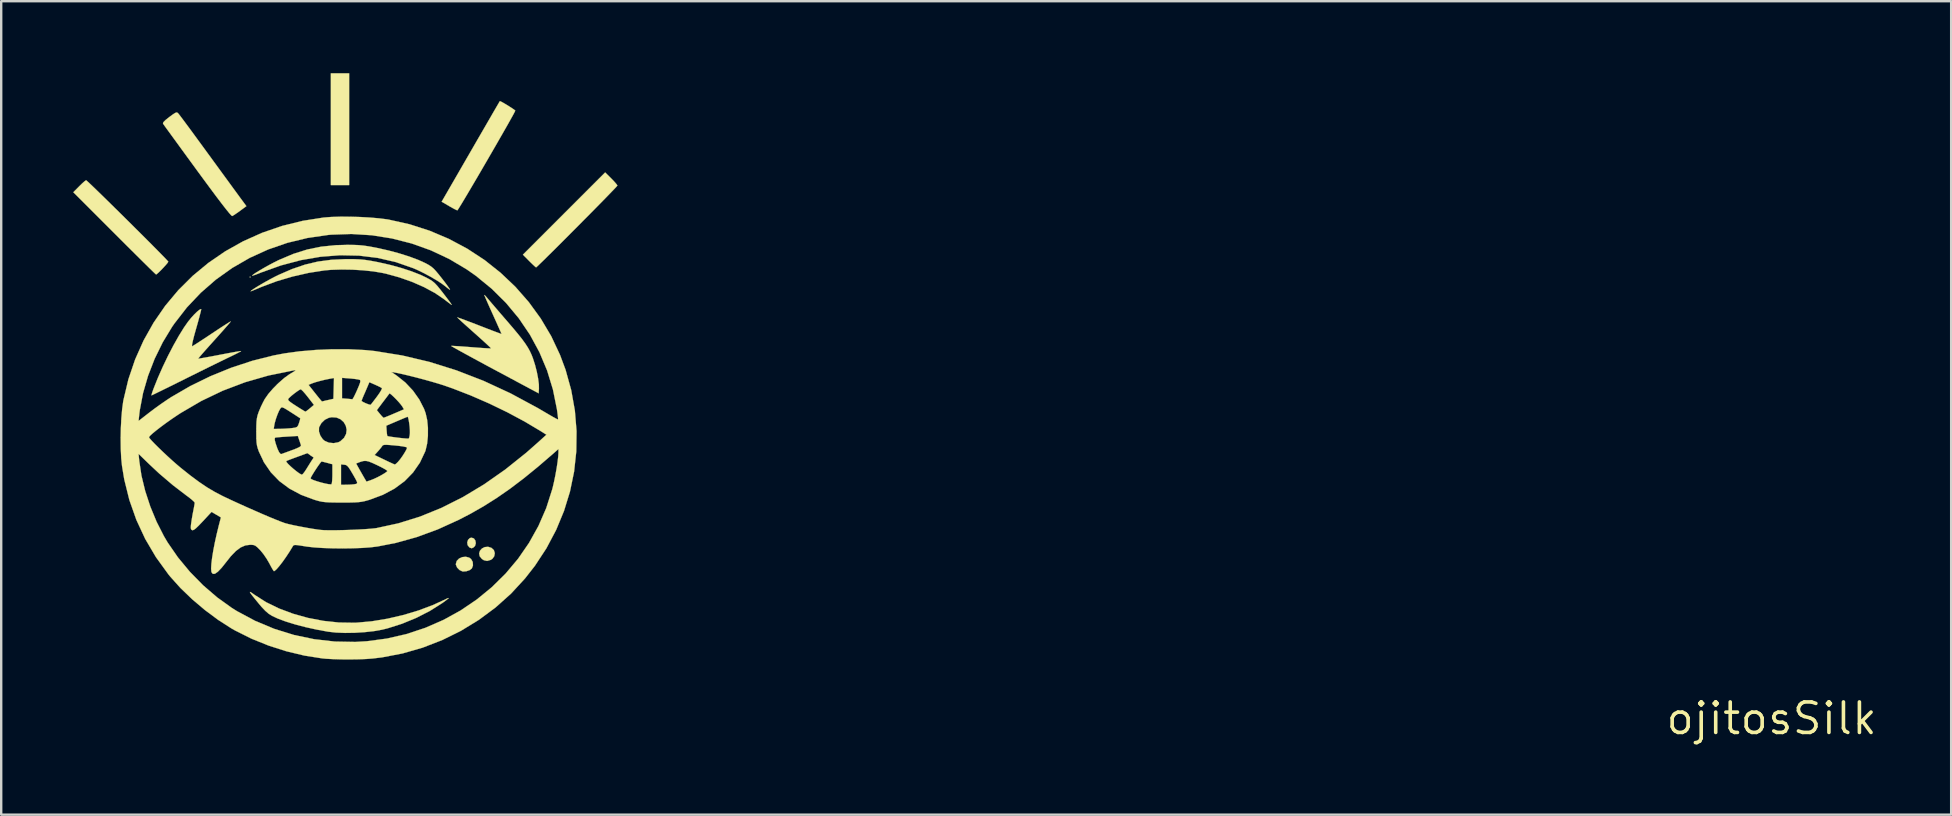
<source format=kicad_pcb>
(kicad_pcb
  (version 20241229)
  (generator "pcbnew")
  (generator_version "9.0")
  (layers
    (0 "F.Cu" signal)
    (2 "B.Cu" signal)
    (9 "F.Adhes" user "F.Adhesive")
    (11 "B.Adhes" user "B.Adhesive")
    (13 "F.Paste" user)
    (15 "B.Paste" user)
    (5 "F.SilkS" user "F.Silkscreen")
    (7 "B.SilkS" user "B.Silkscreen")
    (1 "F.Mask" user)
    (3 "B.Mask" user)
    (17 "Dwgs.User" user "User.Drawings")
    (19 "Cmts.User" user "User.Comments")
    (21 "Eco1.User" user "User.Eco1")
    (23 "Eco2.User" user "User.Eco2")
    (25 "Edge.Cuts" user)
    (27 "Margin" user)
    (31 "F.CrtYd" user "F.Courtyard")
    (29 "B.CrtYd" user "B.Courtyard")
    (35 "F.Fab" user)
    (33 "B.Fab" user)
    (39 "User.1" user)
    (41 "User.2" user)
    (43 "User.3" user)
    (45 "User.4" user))
  (footprint "ojitosSilk"
    (layer "F.Cu")
    (at 70.764 26.887)
    (property "Reference" "ojitosSilk" (at 0 0 0) (layer "F.SilkS") (effects (font (size 1.27 1.27) (thickness 0.15))))
    (attr through_hole)
    (fp_poly (pts (xy -63.373 -18.394) (xy -63.394 -18.373) (xy -63.415 -18.394) (xy -63.394 -18.415) (xy -63.373 -18.394)) (stroke (width 0.01) (type solid)) (fill yes) (layer "F.SilkS"))
    (fp_poly (pts (xy -59.267 -22.225) (xy -60.029 -22.225) (xy -60.029 -26.882) (xy -59.267 -26.882) (xy -59.267 -22.225)) (stroke (width 0.01) (type solid)) (fill yes) (layer "F.SilkS"))
    (fp_poly (pts (xy -54.067 -7.501) (xy -54.007 -7.414) (xy -53.989 -7.304) (xy -54.02 -7.195) (xy -54.083 -7.128) (xy -54.16 -7.093) (xy -54.233 -7.117) (xy -54.263 -7.136) (xy -54.332 -7.226) (xy -54.347 -7.337) (xy -54.313 -7.444) (xy -54.238 -7.518) (xy -54.166 -7.535) (xy -54.067 -7.501)) (stroke (width 0.01) (type solid)) (fill yes) (layer "F.SilkS"))
    (fp_poly (pts (xy -53.335 -7.109) (xy -53.236 -7.016) (xy -53.198 -6.891) (xy -53.221 -6.761) (xy -53.301 -6.651) (xy -53.368 -6.609) (xy -53.519 -6.565) (xy -53.651 -6.594) (xy -53.736 -6.649) (xy -53.829 -6.761) (xy -53.851 -6.88) (xy -53.815 -6.992) (xy -53.732 -7.085) (xy -53.616 -7.143) (xy -53.477 -7.155) (xy -53.335 -7.109)) (stroke (width 0.01) (type solid)) (fill yes) (layer "F.SilkS"))
    (fp_poly (pts (xy -54.265 -6.703) (xy -54.187 -6.646) (xy -54.118 -6.525) (xy -54.107 -6.38) (xy -54.155 -6.252) (xy -54.247 -6.182) (xy -54.382 -6.136) (xy -54.519 -6.125) (xy -54.547 -6.129) (xy -54.67 -6.188) (xy -54.771 -6.292) (xy -54.82 -6.412) (xy -54.822 -6.435) (xy -54.785 -6.565) (xy -54.688 -6.664) (xy -54.555 -6.725) (xy -54.406 -6.74) (xy -54.265 -6.703)) (stroke (width 0.01) (type solid)) (fill yes) (layer "F.SilkS"))
    (fp_poly (pts (xy -48.345 -22.501) (xy -48.229 -22.381) (xy -48.141 -22.28) (xy -48.094 -22.216) (xy -48.091 -22.205) (xy -48.12 -22.169) (xy -48.202 -22.08) (xy -48.332 -21.945) (xy -48.502 -21.769) (xy -48.705 -21.561) (xy -48.937 -21.325) (xy -49.189 -21.069) (xy -49.456 -20.8) (xy -49.73 -20.523) (xy -50.006 -20.246) (xy -50.276 -19.975) (xy -50.535 -19.716) (xy -50.775 -19.477) (xy -50.991 -19.264) (xy -51.175 -19.082) (xy -51.322 -18.94) (xy -51.423 -18.843) (xy -51.474 -18.798) (xy -51.479 -18.796) (xy -51.516 -18.824) (xy -51.598 -18.899) (xy -51.71 -19.007) (xy -51.764 -19.061) (xy -52.027 -19.326) (xy -50.313 -21.04) (xy -48.6 -22.753) (xy -48.345 -22.501)) (stroke (width 0.01) (type solid)) (fill yes) (layer "F.SilkS"))
    (fp_poly (pts (xy -70.184 -22.393) (xy -70.091 -22.307) (xy -69.952 -22.175) (xy -69.773 -22.002) (xy -69.561 -21.796) (xy -69.323 -21.563) (xy -69.066 -21.31) (xy -68.795 -21.043) (xy -68.517 -20.768) (xy -68.239 -20.492) (xy -67.968 -20.222) (xy -67.71 -19.965) (xy -67.471 -19.725) (xy -67.259 -19.511) (xy -67.08 -19.329) (xy -66.939 -19.185) (xy -66.845 -19.085) (xy -66.803 -19.037) (xy -66.802 -19.034) (xy -66.83 -18.987) (xy -66.901 -18.901) (xy -67 -18.792) (xy -67.107 -18.68) (xy -67.207 -18.582) (xy -67.282 -18.517) (xy -67.311 -18.5) (xy -67.344 -18.529) (xy -67.431 -18.612) (xy -67.568 -18.746) (xy -67.748 -18.923) (xy -67.966 -19.139) (xy -68.217 -19.388) (xy -68.496 -19.665) (xy -68.797 -19.965) (xy -69.045 -20.214) (xy -70.759 -21.928) (xy -70.506 -22.182) (xy -70.389 -22.297) (xy -70.292 -22.382) (xy -70.234 -22.424) (xy -70.224 -22.426) (xy -70.184 -22.393)) (stroke (width 0.01) (type solid)) (fill yes) (layer "F.SilkS"))
    (fp_poly (pts (xy -52.948 -25.709) (xy -52.857 -25.661) (xy -52.736 -25.59) (xy -52.605 -25.509) (xy -52.483 -25.431) (xy -52.39 -25.367) (xy -52.346 -25.33) (xy -52.345 -25.328) (xy -52.366 -25.281) (xy -52.424 -25.17) (xy -52.516 -25.004) (xy -52.637 -24.788) (xy -52.782 -24.533) (xy -52.947 -24.245) (xy -53.126 -23.933) (xy -53.316 -23.604) (xy -53.511 -23.267) (xy -53.707 -22.93) (xy -53.899 -22.6) (xy -54.084 -22.286) (xy -54.255 -21.996) (xy -54.409 -21.736) (xy -54.54 -21.517) (xy -54.645 -21.345) (xy -54.718 -21.228) (xy -54.755 -21.175) (xy -54.758 -21.172) (xy -54.812 -21.194) (xy -54.919 -21.248) (xy -55.058 -21.326) (xy -55.106 -21.354) (xy -55.412 -21.533) (xy -54.204 -23.624) (xy -53.982 -24.009) (xy -53.773 -24.37) (xy -53.58 -24.703) (xy -53.408 -25) (xy -53.261 -25.255) (xy -53.141 -25.461) (xy -53.053 -25.612) (xy -53.001 -25.701) (xy -52.988 -25.723) (xy -52.948 -25.709)) (stroke (width 0.01) (type solid)) (fill yes) (layer "F.SilkS"))
    (fp_poly (pts (xy -66.421 -25.242) (xy -66.382 -25.206) (xy -66.382 -25.205) (xy -66.342 -25.155) (xy -66.258 -25.044) (xy -66.134 -24.879) (xy -65.977 -24.667) (xy -65.791 -24.415) (xy -65.583 -24.13) (xy -65.356 -23.82) (xy -65.149 -23.537) (xy -64.905 -23.202) (xy -64.668 -22.877) (xy -64.445 -22.572) (xy -64.242 -22.294) (xy -64.066 -22.053) (xy -63.923 -21.858) (xy -63.819 -21.715) (xy -63.77 -21.649) (xy -63.548 -21.348) (xy -63.814 -21.152) (xy -63.949 -21.056) (xy -64.062 -20.98) (xy -64.133 -20.938) (xy -64.14 -20.935) (xy -64.179 -20.964) (xy -64.265 -21.06) (xy -64.399 -21.225) (xy -64.581 -21.459) (xy -64.81 -21.761) (xy -65.087 -22.133) (xy -65.412 -22.574) (xy -65.596 -22.825) (xy -65.856 -23.181) (xy -66.101 -23.517) (xy -66.328 -23.828) (xy -66.53 -24.106) (xy -66.704 -24.345) (xy -66.845 -24.539) (xy -66.949 -24.682) (xy -67.009 -24.767) (xy -67.024 -24.789) (xy -67.008 -24.844) (xy -66.916 -24.937) (xy -66.756 -25.064) (xy -66.613 -25.169) (xy -66.52 -25.229) (xy -66.462 -25.252) (xy -66.421 -25.242)) (stroke (width 0.01) (type solid)) (fill yes) (layer "F.SilkS"))
    (fp_poly (pts (xy -63.377 -5.269) (xy -63.309 -5.225) (xy -63.201 -5.148) (xy -63.199 -5.147) (xy -62.725 -4.846) (xy -62.188 -4.584) (xy -61.603 -4.365) (xy -60.983 -4.192) (xy -60.343 -4.069) (xy -59.698 -4) (xy -59.061 -3.99) (xy -58.949 -3.994) (xy -58.323 -4.051) (xy -57.669 -4.159) (xy -57.01 -4.312) (xy -56.37 -4.504) (xy -55.77 -4.73) (xy -55.326 -4.934) (xy -55.213 -4.988) (xy -55.137 -5.018) (xy -55.118 -5.019) (xy -55.15 -4.987) (xy -55.235 -4.92) (xy -55.355 -4.832) (xy -55.383 -4.812) (xy -55.896 -4.487) (xy -56.465 -4.195) (xy -57.062 -3.949) (xy -57.663 -3.758) (xy -57.891 -3.702) (xy -58.232 -3.641) (xy -58.621 -3.598) (xy -59.033 -3.572) (xy -59.44 -3.566) (xy -59.817 -3.581) (xy -60.139 -3.617) (xy -60.141 -3.617) (xy -60.625 -3.706) (xy -61.091 -3.809) (xy -61.525 -3.923) (xy -61.915 -4.044) (xy -62.245 -4.167) (xy -62.477 -4.276) (xy -62.618 -4.364) (xy -62.757 -4.483) (xy -62.913 -4.647) (xy -63.034 -4.791) (xy -63.202 -4.996) (xy -63.318 -5.141) (xy -63.384 -5.231) (xy -63.403 -5.272) (xy -63.377 -5.269)) (stroke (width 0.01) (type solid)) (fill yes) (layer "F.SilkS"))
    (fp_poly (pts (xy -59.097 -19.733) (xy -58.87 -19.724) (xy -58.661 -19.704) (xy -58.441 -19.671) (xy -58.177 -19.622) (xy -58.088 -19.604) (xy -57.626 -19.5) (xy -57.177 -19.379) (xy -56.759 -19.247) (xy -56.389 -19.109) (xy -56.093 -18.975) (xy -55.962 -18.904) (xy -55.856 -18.836) (xy -55.759 -18.756) (xy -55.657 -18.649) (xy -55.532 -18.5) (xy -55.405 -18.339) (xy -55.274 -18.171) (xy -55.169 -18.029) (xy -55.096 -17.925) (xy -55.064 -17.871) (xy -55.064 -17.866) (xy -55.113 -17.893) (xy -55.199 -17.958) (xy -55.245 -17.997) (xy -55.402 -18.116) (xy -55.616 -18.255) (xy -55.868 -18.403) (xy -56.136 -18.548) (xy -56.401 -18.678) (xy -56.595 -18.763) (xy -57.323 -19.017) (xy -58.077 -19.191) (xy -58.853 -19.286) (xy -59.648 -19.302) (xy -60.459 -19.239) (xy -61.281 -19.098) (xy -62.111 -18.877) (xy -62.945 -18.579) (xy -63.025 -18.546) (xy -63.165 -18.492) (xy -63.265 -18.459) (xy -63.31 -18.453) (xy -63.31 -18.457) (xy -63.257 -18.504) (xy -63.144 -18.58) (xy -62.985 -18.677) (xy -62.797 -18.786) (xy -62.594 -18.899) (xy -62.392 -19.006) (xy -62.205 -19.099) (xy -62.178 -19.111) (xy -61.589 -19.36) (xy -61.014 -19.541) (xy -60.431 -19.66) (xy -59.817 -19.722) (xy -59.373 -19.734) (xy -59.097 -19.733)) (stroke (width 0.01) (type solid)) (fill yes) (layer "F.SilkS"))
    (fp_poly (pts (xy -59.049 -19.139) (xy -58.817 -19.129) (xy -58.602 -19.108) (xy -58.373 -19.073) (xy -58.099 -19.021) (xy -58.054 -19.012) (xy -57.571 -18.903) (xy -57.105 -18.775) (xy -56.675 -18.635) (xy -56.297 -18.487) (xy -56.054 -18.372) (xy -55.908 -18.293) (xy -55.794 -18.219) (xy -55.693 -18.133) (xy -55.587 -18.019) (xy -55.459 -17.861) (xy -55.387 -17.77) (xy -55.222 -17.555) (xy -55.105 -17.401) (xy -55.032 -17.3) (xy -54.998 -17.246) (xy -54.999 -17.234) (xy -55.036 -17.26) (xy -55.124 -17.326) (xy -55.247 -17.42) (xy -55.309 -17.468) (xy -55.691 -17.728) (xy -56.142 -17.972) (xy -56.643 -18.192) (xy -57.178 -18.381) (xy -57.731 -18.533) (xy -57.888 -18.567) (xy -58.257 -18.629) (xy -58.682 -18.674) (xy -59.134 -18.701) (xy -59.585 -18.708) (xy -60.008 -18.695) (xy -60.284 -18.672) (xy -60.942 -18.57) (xy -61.62 -18.416) (xy -62.287 -18.219) (xy -62.91 -17.986) (xy -63.003 -17.947) (xy -63.161 -17.88) (xy -63.286 -17.829) (xy -63.36 -17.802) (xy -63.373 -17.8) (xy -63.338 -17.836) (xy -63.242 -17.902) (xy -63.1 -17.992) (xy -62.925 -18.096) (xy -62.732 -18.207) (xy -62.534 -18.316) (xy -62.347 -18.414) (xy -62.213 -18.48) (xy -61.645 -18.727) (xy -61.103 -18.912) (xy -60.566 -19.039) (xy -60.009 -19.113) (xy -59.409 -19.141) (xy -59.33 -19.141) (xy -59.049 -19.139)) (stroke (width 0.01) (type solid)) (fill yes) (layer "F.SilkS"))
    (fp_poly (pts (xy -53.613 -17.633) (xy -53.551 -17.567) (xy -53.499 -17.505) (xy -53.431 -17.424) (xy -53.318 -17.291) (xy -53.169 -17.118) (xy -52.996 -16.916) (xy -52.808 -16.698) (xy -52.726 -16.604) (xy -52.458 -16.292) (xy -52.241 -16.032) (xy -52.067 -15.814) (xy -51.93 -15.626) (xy -51.822 -15.46) (xy -51.736 -15.305) (xy -51.665 -15.151) (xy -51.608 -15.004) (xy -51.521 -14.733) (xy -51.448 -14.447) (xy -51.394 -14.169) (xy -51.362 -13.923) (xy -51.359 -13.739) (xy -51.371 -13.549) (xy -53.202 -14.529) (xy -53.563 -14.723) (xy -53.9 -14.905) (xy -54.206 -15.071) (xy -54.473 -15.217) (xy -54.695 -15.339) (xy -54.864 -15.433) (xy -54.974 -15.496) (xy -55.017 -15.523) (xy -55.017 -15.524) (xy -54.972 -15.526) (xy -54.857 -15.52) (xy -54.683 -15.51) (xy -54.464 -15.494) (xy -54.213 -15.475) (xy -54.187 -15.473) (xy -53.934 -15.453) (xy -53.711 -15.437) (xy -53.532 -15.426) (xy -53.409 -15.421) (xy -53.357 -15.421) (xy -53.356 -15.422) (xy -53.382 -15.453) (xy -53.463 -15.531) (xy -53.59 -15.65) (xy -53.754 -15.799) (xy -53.948 -15.973) (xy -54.056 -16.069) (xy -54.26 -16.251) (xy -54.441 -16.413) (xy -54.59 -16.548) (xy -54.696 -16.647) (xy -54.753 -16.703) (xy -54.76 -16.712) (xy -54.719 -16.701) (xy -54.61 -16.663) (xy -54.445 -16.602) (xy -54.235 -16.522) (xy -53.99 -16.429) (xy -53.833 -16.368) (xy -53.573 -16.267) (xy -53.343 -16.178) (xy -53.151 -16.106) (xy -53.01 -16.054) (xy -52.931 -16.025) (xy -52.917 -16.022) (xy -52.933 -16.062) (xy -52.98 -16.168) (xy -53.051 -16.327) (xy -53.141 -16.529) (xy -53.246 -16.762) (xy -53.276 -16.829) (xy -53.385 -17.069) (xy -53.48 -17.282) (xy -53.557 -17.457) (xy -53.61 -17.582) (xy -53.635 -17.644) (xy -53.636 -17.648) (xy -53.613 -17.633)) (stroke (width 0.01) (type solid)) (fill yes) (layer "F.SilkS"))
    (fp_poly (pts (xy -65.43 -17.056) (xy -65.437 -17.012) (xy -65.464 -16.899) (xy -65.508 -16.732) (xy -65.565 -16.521) (xy -65.633 -16.28) (xy -65.638 -16.264) (xy -65.723 -15.961) (xy -65.78 -15.735) (xy -65.811 -15.586) (xy -65.814 -15.516) (xy -65.805 -15.51) (xy -65.755 -15.539) (xy -65.645 -15.608) (xy -65.487 -15.71) (xy -65.292 -15.838) (xy -65.071 -15.984) (xy -64.98 -16.045) (xy -64.756 -16.194) (xy -64.556 -16.325) (xy -64.391 -16.431) (xy -64.272 -16.506) (xy -64.208 -16.542) (xy -64.2 -16.545) (xy -64.223 -16.511) (xy -64.297 -16.423) (xy -64.412 -16.291) (xy -64.561 -16.121) (xy -64.737 -15.924) (xy -64.877 -15.769) (xy -65.067 -15.557) (xy -65.237 -15.367) (xy -65.378 -15.207) (xy -65.482 -15.086) (xy -65.542 -15.013) (xy -65.554 -14.994) (xy -65.511 -14.998) (xy -65.397 -15.017) (xy -65.224 -15.047) (xy -65.006 -15.087) (xy -64.753 -15.135) (xy -64.662 -15.153) (xy -64.4 -15.203) (xy -64.169 -15.246) (xy -63.979 -15.28) (xy -63.843 -15.302) (xy -63.774 -15.311) (xy -63.768 -15.31) (xy -63.798 -15.288) (xy -63.892 -15.238) (xy -64.034 -15.166) (xy -64.21 -15.08) (xy -64.23 -15.071) (xy -64.382 -14.998) (xy -64.597 -14.893) (xy -64.863 -14.763) (xy -65.166 -14.614) (xy -65.494 -14.452) (xy -65.835 -14.283) (xy -66.095 -14.153) (xy -66.412 -13.996) (xy -66.704 -13.851) (xy -66.964 -13.723) (xy -67.182 -13.616) (xy -67.35 -13.534) (xy -67.46 -13.481) (xy -67.502 -13.462) (xy -67.502 -13.462) (xy -67.498 -13.498) (xy -67.469 -13.594) (xy -67.421 -13.729) (xy -67.414 -13.748) (xy -67.236 -14.193) (xy -67.034 -14.651) (xy -66.816 -15.106) (xy -66.59 -15.542) (xy -66.364 -15.943) (xy -66.148 -16.292) (xy -65.977 -16.536) (xy -65.856 -16.686) (xy -65.729 -16.827) (xy -65.609 -16.944) (xy -65.51 -17.026) (xy -65.445 -17.06) (xy -65.43 -17.056)) (stroke (width 0.01) (type solid)) (fill yes) (layer "F.SilkS"))
    (fp_poly (pts (xy -59.239 -20.908) (xy -58.816 -20.896) (xy -58.401 -20.873) (xy -58.018 -20.84) (xy -57.689 -20.799) (xy -57.616 -20.786) (xy -56.748 -20.592) (xy -55.911 -20.323) (xy -55.109 -19.983) (xy -54.347 -19.576) (xy -53.629 -19.106) (xy -52.96 -18.575) (xy -52.342 -17.989) (xy -51.781 -17.349) (xy -51.281 -16.661) (xy -50.846 -15.927) (xy -50.481 -15.151) (xy -50.249 -14.528) (xy -50.014 -13.682) (xy -49.862 -12.831) (xy -49.792 -11.978) (xy -49.803 -11.128) (xy -49.894 -10.287) (xy -50.065 -9.458) (xy -50.315 -8.647) (xy -50.642 -7.858) (xy -51.046 -7.095) (xy -51.526 -6.364) (xy -51.937 -5.838) (xy -52.521 -5.204) (xy -53.165 -4.628) (xy -53.862 -4.111) (xy -54.604 -3.657) (xy -55.386 -3.27) (xy -56.2 -2.954) (xy -57.039 -2.712) (xy -57.898 -2.547) (xy -58.287 -2.5) (xy -58.555 -2.48) (xy -58.878 -2.467) (xy -59.232 -2.462) (xy -59.591 -2.464) (xy -59.932 -2.474) (xy -60.229 -2.49) (xy -60.389 -2.505) (xy -61.127 -2.621) (xy -61.879 -2.801) (xy -62.622 -3.038) (xy -63.336 -3.326) (xy -64 -3.657) (xy -64.171 -3.754) (xy -64.727 -4.111) (xy -65.278 -4.521) (xy -65.807 -4.968) (xy -66.293 -5.436) (xy -66.719 -5.91) (xy -66.796 -6.005) (xy -67.319 -6.727) (xy -67.765 -7.485) (xy -68.133 -8.278) (xy -68.424 -9.104) (xy -68.637 -9.961) (xy -68.73 -10.52) (xy -68.764 -10.849) (xy -68.772 -11.028) (xy -68.041 -11.028) (xy -68.012 -10.732) (xy -67.92 -10.119) (xy -67.764 -9.479) (xy -67.552 -8.833) (xy -67.291 -8.201) (xy -66.987 -7.603) (xy -66.831 -7.338) (xy -66.399 -6.712) (xy -65.902 -6.112) (xy -65.353 -5.552) (xy -64.764 -5.045) (xy -64.151 -4.605) (xy -63.937 -4.472) (xy -63.178 -4.066) (xy -62.384 -3.735) (xy -61.563 -3.48) (xy -60.722 -3.304) (xy -59.869 -3.207) (xy -59.011 -3.191) (xy -58.526 -3.22) (xy -57.687 -3.332) (xy -56.872 -3.521) (xy -56.086 -3.781) (xy -55.334 -4.11) (xy -54.619 -4.504) (xy -53.947 -4.96) (xy -53.322 -5.472) (xy -52.748 -6.038) (xy -52.23 -6.654) (xy -51.773 -7.316) (xy -51.38 -8.021) (xy -51.056 -8.765) (xy -50.807 -9.543) (xy -50.783 -9.634) (xy -50.725 -9.886) (xy -50.669 -10.162) (xy -50.62 -10.441) (xy -50.581 -10.702) (xy -50.555 -10.922) (xy -50.546 -11.075) (xy -50.546 -11.229) (xy -50.768 -11.033) (xy -51.399 -10.49) (xy -51.992 -10.007) (xy -52.558 -9.578) (xy -53.11 -9.194) (xy -53.659 -8.847) (xy -54.215 -8.53) (xy -54.697 -8.28) (xy -55.58 -7.878) (xy -56.454 -7.558) (xy -57.328 -7.315) (xy -58.083 -7.168) (xy -58.375 -7.132) (xy -58.729 -7.107) (xy -59.126 -7.092) (xy -59.544 -7.086) (xy -59.964 -7.091) (xy -60.365 -7.105) (xy -60.727 -7.129) (xy -61.03 -7.163) (xy -61.085 -7.172) (xy -61.293 -7.205) (xy -61.433 -7.225) (xy -61.52 -7.23) (xy -61.571 -7.221) (xy -61.6 -7.198) (xy -61.614 -7.176) (xy -61.755 -6.945) (xy -61.902 -6.723) (xy -62.045 -6.521) (xy -62.177 -6.351) (xy -62.287 -6.224) (xy -62.369 -6.151) (xy -62.4 -6.138) (xy -62.429 -6.173) (xy -62.486 -6.267) (xy -62.56 -6.402) (xy -62.592 -6.465) (xy -62.702 -6.653) (xy -62.834 -6.846) (xy -62.962 -7.003) (xy -62.973 -7.015) (xy -63.089 -7.132) (xy -63.174 -7.199) (xy -63.254 -7.23) (xy -63.353 -7.239) (xy -63.388 -7.239) (xy -63.589 -7.213) (xy -63.785 -7.129) (xy -63.983 -6.982) (xy -64.192 -6.767) (xy -64.389 -6.519) (xy -64.579 -6.28) (xy -64.735 -6.117) (xy -64.857 -6.032) (xy -64.945 -6.025) (xy -65 -6.094) (xy -65.007 -6.118) (xy -65.018 -6.246) (xy -65.007 -6.443) (xy -64.976 -6.699) (xy -64.927 -7.001) (xy -64.862 -7.337) (xy -64.782 -7.697) (xy -64.691 -8.069) (xy -64.689 -8.074) (xy -64.61 -8.379) (xy -64.805 -8.494) (xy -65 -8.608) (xy -65.367 -8.213) (xy -65.532 -8.04) (xy -65.652 -7.925) (xy -65.736 -7.862) (xy -65.792 -7.844) (xy -65.807 -7.847) (xy -65.848 -7.875) (xy -65.864 -7.932) (xy -65.86 -8.039) (xy -65.851 -8.118) (xy -65.825 -8.295) (xy -65.79 -8.502) (xy -65.761 -8.649) (xy -65.731 -8.802) (xy -65.71 -8.924) (xy -65.701 -8.991) (xy -65.701 -8.991) (xy -65.734 -9.037) (xy -65.821 -9.117) (xy -65.949 -9.22) (xy -66.048 -9.292) (xy -66.611 -9.723) (xy -67.182 -10.209) (xy -67.601 -10.601) (xy -68.041 -11.028) (xy -68.772 -11.028) (xy -68.782 -11.235) (xy -68.787 -11.654) (xy -68.786 -11.719) (xy -67.606 -11.719) (xy -67.576 -11.67) (xy -67.493 -11.575) (xy -67.367 -11.443) (xy -67.208 -11.285) (xy -67.026 -11.11) (xy -66.833 -10.929) (xy -66.637 -10.75) (xy -66.449 -10.585) (xy -66.283 -10.445) (xy -65.882 -10.125) (xy -65.522 -9.858) (xy -65.189 -9.633) (xy -64.867 -9.442) (xy -64.542 -9.272) (xy -64.495 -9.249) (xy -64.194 -9.107) (xy -63.869 -8.958) (xy -63.532 -8.806) (xy -63.196 -8.658) (xy -62.874 -8.517) (xy -62.576 -8.39) (xy -62.316 -8.283) (xy -62.105 -8.199) (xy -61.957 -8.145) (xy -61.934 -8.138) (xy -61.783 -8.098) (xy -61.57 -8.05) (xy -61.319 -8) (xy -61.051 -7.95) (xy -60.788 -7.905) (xy -60.554 -7.87) (xy -60.452 -7.857) (xy -60.301 -7.847) (xy -60.084 -7.843) (xy -59.817 -7.844) (xy -59.519 -7.85) (xy -59.208 -7.86) (xy -58.901 -7.873) (xy -58.615 -7.889) (xy -58.369 -7.907) (xy -58.18 -7.927) (xy -58.124 -7.935) (xy -57.217 -8.132) (xy -56.315 -8.412) (xy -55.42 -8.776) (xy -54.53 -9.224) (xy -53.645 -9.756) (xy -52.765 -10.372) (xy -51.89 -11.072) (xy -51.4 -11.504) (xy -51.047 -11.824) (xy -51.294 -11.98) (xy -51.952 -12.372) (xy -52.671 -12.757) (xy -53.427 -13.123) (xy -54.195 -13.458) (xy -54.952 -13.752) (xy -55.33 -13.884) (xy -55.56 -13.956) (xy -55.84 -14.038) (xy -56.148 -14.124) (xy -56.465 -14.208) (xy -56.771 -14.285) (xy -57.045 -14.35) (xy -57.267 -14.398) (xy -57.34 -14.411) (xy -57.51 -14.441) (xy -57.278 -14.282) (xy -56.924 -13.999) (xy -56.608 -13.663) (xy -56.345 -13.292) (xy -56.146 -12.903) (xy -56.08 -12.721) (xy -56.016 -12.437) (xy -55.984 -12.112) (xy -55.985 -11.774) (xy -56.018 -11.452) (xy -56.082 -11.174) (xy -56.1 -11.123) (xy -56.318 -10.662) (xy -56.604 -10.25) (xy -56.957 -9.888) (xy -57.377 -9.578) (xy -57.862 -9.32) (xy -58.412 -9.115) (xy -58.491 -9.092) (xy -58.623 -9.056) (xy -58.747 -9.031) (xy -58.882 -9.014) (xy -59.045 -9.004) (xy -59.254 -8.999) (xy -59.526 -8.998) (xy -59.584 -8.998) (xy -59.864 -9) (xy -60.077 -9.004) (xy -60.241 -9.014) (xy -60.376 -9.029) (xy -60.499 -9.053) (xy -60.628 -9.088) (xy -60.724 -9.117) (xy -61.273 -9.322) (xy -61.757 -9.581) (xy -61.966 -9.737) (xy -59.605 -9.737) (xy -59.341 -9.741) (xy -59.185 -9.747) (xy -59.051 -9.76) (xy -58.985 -9.773) (xy -58.947 -9.789) (xy -58.932 -9.817) (xy -58.945 -9.87) (xy -58.991 -9.964) (xy -59.074 -10.111) (xy -59.114 -10.181) (xy -59.217 -10.354) (xy -59.292 -10.467) (xy -59.351 -10.532) (xy -59.408 -10.564) (xy -59.47 -10.575) (xy -59.605 -10.589) (xy -59.605 -9.737) (xy -61.966 -9.737) (xy -62.176 -9.893) (xy -62.284 -10.005) (xy -60.875 -10.005) (xy -60.837 -9.972) (xy -60.737 -9.928) (xy -60.595 -9.88) (xy -60.432 -9.832) (xy -60.27 -9.792) (xy -60.127 -9.764) (xy -60.027 -9.755) (xy -60.008 -9.757) (xy -59.988 -9.801) (xy -59.974 -9.915) (xy -59.966 -10.084) (xy -59.965 -10.18) (xy -59.965 -10.595) (xy -60.08 -10.625) (xy -58.976 -10.625) (xy -58.84 -10.382) (xy -58.754 -10.23) (xy -58.672 -10.087) (xy -58.624 -10.004) (xy -58.544 -9.87) (xy -58.366 -9.931) (xy -58.231 -9.985) (xy -58.065 -10.064) (xy -57.936 -10.132) (xy -57.807 -10.208) (xy -57.713 -10.272) (xy -57.673 -10.311) (xy -57.705 -10.344) (xy -57.799 -10.402) (xy -57.94 -10.478) (xy -58.101 -10.557) (xy -58.302 -10.65) (xy -58.448 -10.708) (xy -58.562 -10.733) (xy -58.663 -10.73) (xy -58.772 -10.702) (xy -58.866 -10.668) (xy -58.976 -10.625) (xy -60.08 -10.625) (xy -60.177 -10.651) (xy -60.302 -10.683) (xy -60.391 -10.704) (xy -60.415 -10.708) (xy -60.449 -10.676) (xy -60.514 -10.59) (xy -60.598 -10.47) (xy -60.688 -10.333) (xy -60.772 -10.199) (xy -60.838 -10.087) (xy -60.873 -10.016) (xy -60.875 -10.005) (xy -62.284 -10.005) (xy -62.529 -10.258) (xy -62.816 -10.675) (xy -62.839 -10.726) (xy -61.888 -10.726) (xy -61.876 -10.686) (xy -61.812 -10.609) (xy -61.711 -10.511) (xy -61.59 -10.404) (xy -61.464 -10.302) (xy -61.351 -10.219) (xy -61.264 -10.169) (xy -61.234 -10.161) (xy -61.191 -10.194) (xy -61.123 -10.281) (xy -61.056 -10.382) (xy -60.965 -10.529) (xy -60.878 -10.668) (xy -60.833 -10.738) (xy -60.745 -10.872) (xy -60.895 -10.978) (xy -58.206 -10.978) (xy -57.796 -10.781) (xy -57.627 -10.7) (xy -57.486 -10.635) (xy -57.392 -10.594) (xy -57.361 -10.583) (xy -57.318 -10.611) (xy -57.244 -10.68) (xy -57.226 -10.7) (xy -57.141 -10.801) (xy -57.048 -10.931) (xy -56.96 -11.068) (xy -56.891 -11.188) (xy -56.856 -11.27) (xy -56.854 -11.282) (xy -56.895 -11.308) (xy -57.013 -11.335) (xy -57.201 -11.361) (xy -57.351 -11.376) (xy -57.566 -11.395) (xy -57.712 -11.404) (xy -57.803 -11.401) (xy -57.855 -11.388) (xy -57.883 -11.362) (xy -57.886 -11.357) (xy -57.935 -11.288) (xy -58.018 -11.187) (xy -58.064 -11.135) (xy -58.206 -10.978) (xy -60.895 -10.978) (xy -61.006 -11.057) (xy -61.438 -10.899) (xy -61.615 -10.834) (xy -61.761 -10.779) (xy -61.857 -10.74) (xy -61.888 -10.726) (xy -62.839 -10.726) (xy -63.028 -11.123) (xy -63.074 -11.253) (xy -63.105 -11.369) (xy -63.124 -11.496) (xy -63.133 -11.654) (xy -63.134 -11.673) (xy -62.369 -11.673) (xy -62.364 -11.594) (xy -62.33 -11.464) (xy -62.257 -11.25) (xy -62.189 -11.101) (xy -62.127 -11.025) (xy -62.09 -11.019) (xy -62.03 -11.041) (xy -61.911 -11.084) (xy -61.752 -11.142) (xy -61.646 -11.181) (xy -61.456 -11.254) (xy -61.337 -11.311) (xy -61.28 -11.355) (xy -61.274 -11.388) (xy -61.301 -11.468) (xy -61.34 -11.585) (xy -61.35 -11.612) (xy -61.404 -11.773) (xy -61.849 -11.746) (xy -62.038 -11.734) (xy -62.198 -11.721) (xy -62.308 -11.71) (xy -62.345 -11.704) (xy -62.369 -11.673) (xy -63.134 -11.673) (xy -63.136 -11.867) (xy -63.136 -11.958) (xy -60.524 -11.958) (xy -60.467 -11.787) (xy -60.365 -11.636) (xy -60.287 -11.569) (xy -60.111 -11.493) (xy -59.912 -11.473) (xy -59.723 -11.508) (xy -59.635 -11.551) (xy -59.479 -11.694) (xy -59.393 -11.859) (xy -59.371 -12.032) (xy -59.407 -12.2) (xy -57.718 -12.2) (xy -57.705 -11.995) (xy -57.694 -11.871) (xy -57.68 -11.787) (xy -57.672 -11.769) (xy -57.625 -11.756) (xy -57.515 -11.738) (xy -57.365 -11.717) (xy -57.198 -11.696) (xy -57.034 -11.678) (xy -56.896 -11.666) (xy -56.807 -11.661) (xy -56.79 -11.662) (xy -56.764 -11.705) (xy -56.743 -11.806) (xy -56.735 -11.892) (xy -56.736 -12.013) (xy -56.747 -12.161) (xy -56.766 -12.314) (xy -56.789 -12.449) (xy -56.812 -12.543) (xy -56.832 -12.573) (xy -56.874 -12.557) (xy -56.977 -12.515) (xy -57.127 -12.452) (xy -57.282 -12.386) (xy -57.718 -12.2) (xy -59.407 -12.2) (xy -59.407 -12.2) (xy -59.493 -12.35) (xy -59.624 -12.467) (xy -59.793 -12.54) (xy -59.993 -12.553) (xy -60.11 -12.531) (xy -60.278 -12.449) (xy -60.422 -12.311) (xy -60.514 -12.146) (xy -60.522 -12.117) (xy -60.524 -11.958) (xy -63.136 -11.958) (xy -63.136 -11.959) (xy -63.135 -12.065) (xy -62.41 -12.065) (xy -62.14 -12.069) (xy -61.949 -12.076) (xy -61.75 -12.09) (xy -61.643 -12.101) (xy -61.511 -12.12) (xy -61.437 -12.151) (xy -61.392 -12.211) (xy -61.355 -12.313) (xy -61.321 -12.424) (xy -61.305 -12.496) (xy -61.306 -12.509) (xy -61.345 -12.535) (xy -61.44 -12.597) (xy -61.575 -12.685) (xy -61.694 -12.761) (xy -61.862 -12.868) (xy -61.973 -12.933) (xy -62.044 -12.962) (xy -62.087 -12.961) (xy -62.119 -12.935) (xy -62.127 -12.925) (xy -62.19 -12.816) (xy -62.258 -12.656) (xy -62.322 -12.474) (xy -62.37 -12.301) (xy -62.383 -12.234) (xy -62.41 -12.065) (xy -63.135 -12.065) (xy -63.134 -12.198) (xy -63.126 -12.376) (xy -63.109 -12.513) (xy -63.082 -12.634) (xy -63.04 -12.76) (xy -63.026 -12.795) (xy -62.946 -12.986) (xy -62.848 -13.188) (xy -62.791 -13.292) (xy -61.811 -13.292) (xy -61.791 -13.25) (xy -61.726 -13.192) (xy -61.606 -13.107) (xy -61.479 -13.025) (xy -61.323 -12.926) (xy -61.196 -12.848) (xy -61.112 -12.798) (xy -61.087 -12.787) (xy -61.045 -12.811) (xy -60.998 -12.848) (xy -58.112 -12.848) (xy -57.983 -12.689) (xy -57.904 -12.597) (xy -57.846 -12.539) (xy -57.831 -12.531) (xy -57.784 -12.546) (xy -57.677 -12.588) (xy -57.526 -12.65) (xy -57.395 -12.706) (xy -56.983 -12.882) (xy -57.054 -13.002) (xy -57.112 -13.081) (xy -57.201 -13.186) (xy -57.307 -13.3) (xy -57.415 -13.408) (xy -57.507 -13.493) (xy -57.57 -13.541) (xy -57.586 -13.544) (xy -57.617 -13.504) (xy -57.686 -13.412) (xy -57.783 -13.284) (xy -57.857 -13.187) (xy -58.112 -12.848) (xy -60.998 -12.848) (xy -60.962 -12.875) (xy -60.9 -12.926) (xy -60.734 -13.067) (xy -60.985 -13.391) (xy -61.097 -13.53) (xy -61.194 -13.64) (xy -61.263 -13.704) (xy -61.284 -13.716) (xy -61.341 -13.691) (xy -61.439 -13.626) (xy -61.558 -13.538) (xy -61.674 -13.444) (xy -61.766 -13.359) (xy -61.796 -13.327) (xy -61.811 -13.292) (xy -62.791 -13.292) (xy -62.775 -13.321) (xy -62.633 -13.524) (xy -62.439 -13.748) (xy -62.286 -13.902) (xy -60.958 -13.902) (xy -60.684 -13.555) (xy -60.57 -13.412) (xy -60.477 -13.298) (xy -60.416 -13.227) (xy -60.399 -13.21) (xy -60.356 -13.22) (xy -60.319 -13.228) (xy -58.749 -13.228) (xy -58.677 -13.183) (xy -58.573 -13.134) (xy -58.468 -13.093) (xy -58.39 -13.072) (xy -58.369 -13.074) (xy -58.332 -13.118) (xy -58.258 -13.214) (xy -58.159 -13.344) (xy -58.104 -13.417) (xy -58.005 -13.557) (xy -57.934 -13.673) (xy -57.9 -13.747) (xy -57.901 -13.764) (xy -57.954 -13.797) (xy -58.061 -13.851) (xy -58.179 -13.905) (xy -58.424 -14.013) (xy -58.487 -13.863) (xy -58.54 -13.739) (xy -58.608 -13.58) (xy -58.655 -13.475) (xy -58.708 -13.349) (xy -58.742 -13.26) (xy -58.749 -13.228) (xy -60.319 -13.228) (xy -60.254 -13.243) (xy -60.156 -13.266) (xy -59.923 -13.32) (xy -59.922 -13.34) (xy -59.563 -13.34) (xy -59.362 -13.324) (xy -59.238 -13.313) (xy -59.153 -13.303) (xy -59.134 -13.3) (xy -59.107 -13.333) (xy -59.055 -13.428) (xy -58.987 -13.569) (xy -58.935 -13.684) (xy -58.857 -13.868) (xy -58.812 -13.989) (xy -58.799 -14.062) (xy -58.812 -14.101) (xy -58.823 -14.108) (xy -58.891 -14.127) (xy -59.02 -14.147) (xy -59.183 -14.165) (xy -59.223 -14.168) (xy -59.563 -14.194) (xy -59.563 -13.34) (xy -59.922 -13.34) (xy -59.911 -13.753) (xy -59.899 -14.186) (xy -60.059 -14.159) (xy -60.263 -14.118) (xy -60.48 -14.065) (xy -60.677 -14.01) (xy -60.823 -13.959) (xy -60.827 -13.957) (xy -60.958 -13.902) (xy -62.286 -13.902) (xy -62.216 -13.972) (xy -61.986 -14.174) (xy -61.77 -14.333) (xy -61.72 -14.364) (xy -61.583 -14.446) (xy -61.513 -14.492) (xy -61.505 -14.51) (xy -61.552 -14.508) (xy -61.616 -14.497) (xy -62.629 -14.291) (xy -63.599 -14.012) (xy -64.529 -13.66) (xy -65.422 -13.233) (xy -66.283 -12.73) (xy -66.421 -12.64) (xy -66.661 -12.478) (xy -66.895 -12.313) (xy -67.111 -12.153) (xy -67.301 -12.006) (xy -67.454 -11.881) (xy -67.558 -11.785) (xy -67.605 -11.726) (xy -67.606 -11.719) (xy -68.786 -11.719) (xy -68.779 -12.086) (xy -68.763 -12.398) (xy -68.041 -12.398) (xy -67.589 -12.75) (xy -67.366 -12.918) (xy -67.112 -13.101) (xy -66.861 -13.273) (xy -66.684 -13.389) (xy -65.891 -13.849) (xy -65.051 -14.26) (xy -64.182 -14.614) (xy -63.299 -14.905) (xy -62.42 -15.126) (xy -61.955 -15.214) (xy -61.327 -15.3) (xy -60.657 -15.357) (xy -59.97 -15.386) (xy -59.292 -15.385) (xy -58.647 -15.354) (xy -58.187 -15.309) (xy -57.055 -15.126) (xy -55.925 -14.859) (xy -54.796 -14.506) (xy -53.669 -14.07) (xy -52.542 -13.548) (xy -51.417 -12.942) (xy -51.122 -12.769) (xy -50.931 -12.657) (xy -50.768 -12.563) (xy -50.644 -12.495) (xy -50.573 -12.461) (xy -50.562 -12.458) (xy -50.562 -12.503) (xy -50.573 -12.614) (xy -50.593 -12.77) (xy -50.61 -12.888) (xy -50.776 -13.709) (xy -51.019 -14.502) (xy -51.339 -15.263) (xy -51.732 -15.988) (xy -52.196 -16.673) (xy -52.728 -17.313) (xy -53.325 -17.905) (xy -53.984 -18.444) (xy -54.372 -18.716) (xy -55.098 -19.147) (xy -55.863 -19.507) (xy -56.661 -19.792) (xy -57.483 -20.002) (xy -58.322 -20.135) (xy -59.169 -20.188) (xy -60.017 -20.159) (xy -60.138 -20.148) (xy -61 -20.023) (xy -61.836 -19.821) (xy -62.639 -19.544) (xy -63.407 -19.195) (xy -64.134 -18.776) (xy -64.816 -18.29) (xy -65.449 -17.739) (xy -66.029 -17.126) (xy -66.55 -16.454) (xy -66.643 -16.32) (xy -67.034 -15.675) (xy -67.37 -14.99) (xy -67.645 -14.28) (xy -67.854 -13.561) (xy -67.989 -12.85) (xy -68.012 -12.666) (xy -68.041 -12.398) (xy -68.763 -12.398) (xy -68.758 -12.505) (xy -68.725 -12.891) (xy -68.68 -13.219) (xy -68.67 -13.271) (xy -68.464 -14.135) (xy -68.183 -14.963) (xy -67.832 -15.75) (xy -67.413 -16.495) (xy -66.931 -17.194) (xy -66.388 -17.843) (xy -65.789 -18.44) (xy -65.136 -18.981) (xy -64.434 -19.463) (xy -63.685 -19.883) (xy -62.894 -20.237) (xy -62.063 -20.523) (xy -61.197 -20.737) (xy -60.33 -20.873) (xy -60.019 -20.897) (xy -59.648 -20.909) (xy -59.239 -20.908)) (stroke (width 0.01) (type solid)) (fill yes) (layer "F.SilkS")))
  (gr_rect
    (start -3 -3)
    (end 78.246 30.893)
    (stroke (width 0.1) (type default))
    (fill no)
    (layer "Edge.Cuts")))
</source>
